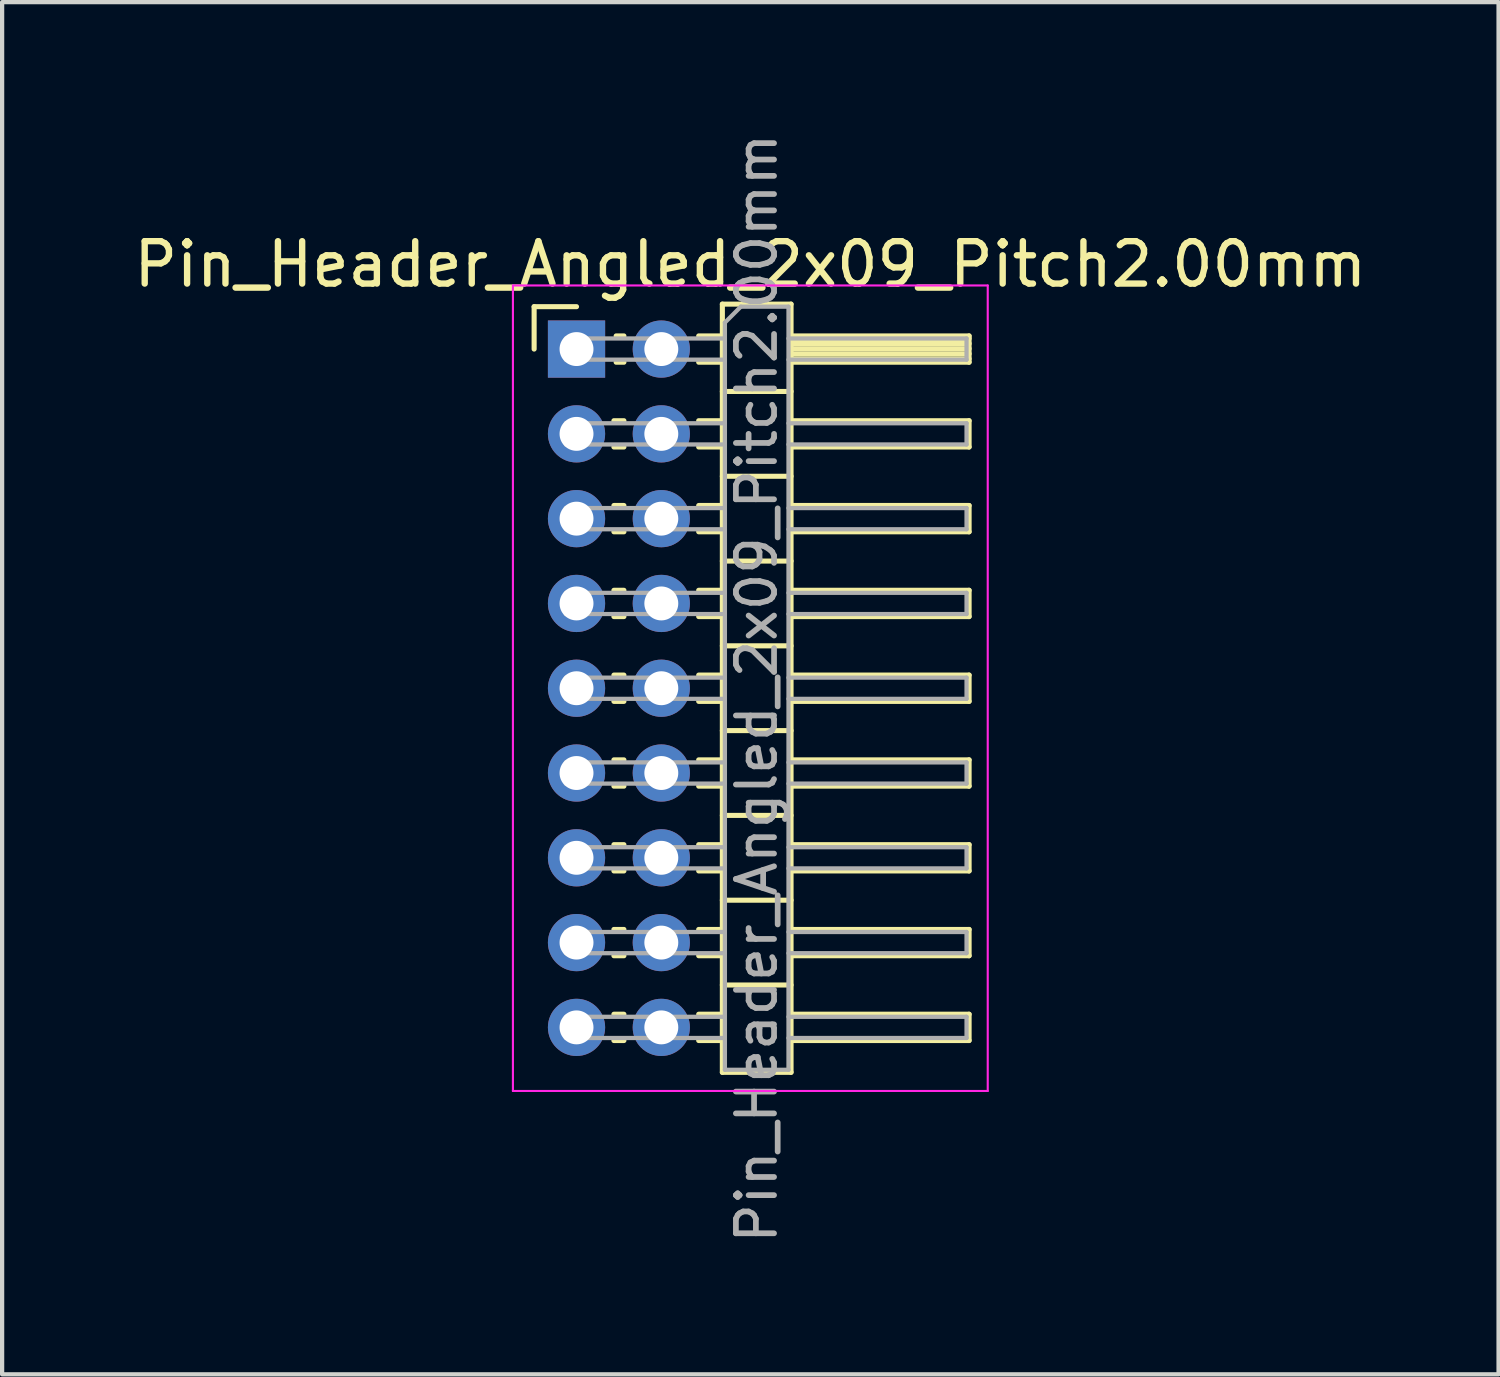
<source format=kicad_pcb>
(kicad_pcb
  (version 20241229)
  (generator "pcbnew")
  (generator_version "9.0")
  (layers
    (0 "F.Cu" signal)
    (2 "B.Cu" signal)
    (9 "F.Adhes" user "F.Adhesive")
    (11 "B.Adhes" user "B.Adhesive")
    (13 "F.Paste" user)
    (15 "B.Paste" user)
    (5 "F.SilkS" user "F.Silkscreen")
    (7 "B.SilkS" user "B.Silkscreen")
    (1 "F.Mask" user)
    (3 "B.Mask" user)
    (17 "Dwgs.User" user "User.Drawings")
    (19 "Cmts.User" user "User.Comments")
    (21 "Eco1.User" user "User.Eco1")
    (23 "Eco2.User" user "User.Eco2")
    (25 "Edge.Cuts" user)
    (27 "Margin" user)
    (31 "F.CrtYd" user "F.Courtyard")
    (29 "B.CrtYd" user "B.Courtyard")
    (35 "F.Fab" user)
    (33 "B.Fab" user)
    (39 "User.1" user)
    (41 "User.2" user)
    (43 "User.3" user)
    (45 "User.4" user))
  (footprint "Pin_Header_Angled_2x09_Pitch2.00mm"
    (layer "F.Cu")
    (at 10.549 5.184)
    (property "Reference" "Pin_Header_Angled_2x09_Pitch2.00mm" (at 4.1 -2 0) (layer "F.SilkS") (effects (font (size 1 1) (thickness 0.15))))
    (attr through_hole)
    (fp_line (start -1 -1) (end 0 -1) (stroke (width 0.12) (type solid)) (layer "F.SilkS"))
    (fp_line (start -1 0) (end -1 -1) (stroke (width 0.12) (type solid)) (layer "F.SilkS"))
    (fp_line (start 0.882 1.69) (end 1.118 1.69) (stroke (width 0.12) (type solid)) (layer "F.SilkS"))
    (fp_line (start 0.882 2.31) (end 1.118 2.31) (stroke (width 0.12) (type solid)) (layer "F.SilkS"))
    (fp_line (start 0.882 3.69) (end 1.118 3.69) (stroke (width 0.12) (type solid)) (layer "F.SilkS"))
    (fp_line (start 0.882 4.31) (end 1.118 4.31) (stroke (width 0.12) (type solid)) (layer "F.SilkS"))
    (fp_line (start 0.882 5.69) (end 1.118 5.69) (stroke (width 0.12) (type solid)) (layer "F.SilkS"))
    (fp_line (start 0.882 6.31) (end 1.118 6.31) (stroke (width 0.12) (type solid)) (layer "F.SilkS"))
    (fp_line (start 0.882 7.69) (end 1.118 7.69) (stroke (width 0.12) (type solid)) (layer "F.SilkS"))
    (fp_line (start 0.882 8.31) (end 1.118 8.31) (stroke (width 0.12) (type solid)) (layer "F.SilkS"))
    (fp_line (start 0.882 9.69) (end 1.118 9.69) (stroke (width 0.12) (type solid)) (layer "F.SilkS"))
    (fp_line (start 0.882 10.31) (end 1.118 10.31) (stroke (width 0.12) (type solid)) (layer "F.SilkS"))
    (fp_line (start 0.882 11.69) (end 1.118 11.69) (stroke (width 0.12) (type solid)) (layer "F.SilkS"))
    (fp_line (start 0.882 12.31) (end 1.118 12.31) (stroke (width 0.12) (type solid)) (layer "F.SilkS"))
    (fp_line (start 0.882 13.69) (end 1.118 13.69) (stroke (width 0.12) (type solid)) (layer "F.SilkS"))
    (fp_line (start 0.882 14.31) (end 1.118 14.31) (stroke (width 0.12) (type solid)) (layer "F.SilkS"))
    (fp_line (start 0.882 15.69) (end 1.118 15.69) (stroke (width 0.12) (type solid)) (layer "F.SilkS"))
    (fp_line (start 0.882 16.31) (end 1.118 16.31) (stroke (width 0.12) (type solid)) (layer "F.SilkS"))
    (fp_line (start 0.935 -0.31) (end 1.118 -0.31) (stroke (width 0.12) (type solid)) (layer "F.SilkS"))
    (fp_line (start 0.935 0.31) (end 1.118 0.31) (stroke (width 0.12) (type solid)) (layer "F.SilkS"))
    (fp_line (start 2.882 -0.31) (end 3.44 -0.31) (stroke (width 0.12) (type solid)) (layer "F.SilkS"))
    (fp_line (start 2.882 0.31) (end 3.44 0.31) (stroke (width 0.12) (type solid)) (layer "F.SilkS"))
    (fp_line (start 2.882 1.69) (end 3.44 1.69) (stroke (width 0.12) (type solid)) (layer "F.SilkS"))
    (fp_line (start 2.882 2.31) (end 3.44 2.31) (stroke (width 0.12) (type solid)) (layer "F.SilkS"))
    (fp_line (start 2.882 3.69) (end 3.44 3.69) (stroke (width 0.12) (type solid)) (layer "F.SilkS"))
    (fp_line (start 2.882 4.31) (end 3.44 4.31) (stroke (width 0.12) (type solid)) (layer "F.SilkS"))
    (fp_line (start 2.882 5.69) (end 3.44 5.69) (stroke (width 0.12) (type solid)) (layer "F.SilkS"))
    (fp_line (start 2.882 6.31) (end 3.44 6.31) (stroke (width 0.12) (type solid)) (layer "F.SilkS"))
    (fp_line (start 2.882 7.69) (end 3.44 7.69) (stroke (width 0.12) (type solid)) (layer "F.SilkS"))
    (fp_line (start 2.882 8.31) (end 3.44 8.31) (stroke (width 0.12) (type solid)) (layer "F.SilkS"))
    (fp_line (start 2.882 9.69) (end 3.44 9.69) (stroke (width 0.12) (type solid)) (layer "F.SilkS"))
    (fp_line (start 2.882 10.31) (end 3.44 10.31) (stroke (width 0.12) (type solid)) (layer "F.SilkS"))
    (fp_line (start 2.882 11.69) (end 3.44 11.69) (stroke (width 0.12) (type solid)) (layer "F.SilkS"))
    (fp_line (start 2.882 12.31) (end 3.44 12.31) (stroke (width 0.12) (type solid)) (layer "F.SilkS"))
    (fp_line (start 2.882 13.69) (end 3.44 13.69) (stroke (width 0.12) (type solid)) (layer "F.SilkS"))
    (fp_line (start 2.882 14.31) (end 3.44 14.31) (stroke (width 0.12) (type solid)) (layer "F.SilkS"))
    (fp_line (start 2.882 15.69) (end 3.44 15.69) (stroke (width 0.12) (type solid)) (layer "F.SilkS"))
    (fp_line (start 2.882 16.31) (end 3.44 16.31) (stroke (width 0.12) (type solid)) (layer "F.SilkS"))
    (fp_line (start 3.44 -1.06) (end 3.44 17.06) (stroke (width 0.12) (type solid)) (layer "F.SilkS"))
    (fp_line (start 3.44 1) (end 5.06 1) (stroke (width 0.12) (type solid)) (layer "F.SilkS"))
    (fp_line (start 3.44 3) (end 5.06 3) (stroke (width 0.12) (type solid)) (layer "F.SilkS"))
    (fp_line (start 3.44 5) (end 5.06 5) (stroke (width 0.12) (type solid)) (layer "F.SilkS"))
    (fp_line (start 3.44 7) (end 5.06 7) (stroke (width 0.12) (type solid)) (layer "F.SilkS"))
    (fp_line (start 3.44 9) (end 5.06 9) (stroke (width 0.12) (type solid)) (layer "F.SilkS"))
    (fp_line (start 3.44 11) (end 5.06 11) (stroke (width 0.12) (type solid)) (layer "F.SilkS"))
    (fp_line (start 3.44 13) (end 5.06 13) (stroke (width 0.12) (type solid)) (layer "F.SilkS"))
    (fp_line (start 3.44 15) (end 5.06 15) (stroke (width 0.12) (type solid)) (layer "F.SilkS"))
    (fp_line (start 3.44 17.06) (end 5.06 17.06) (stroke (width 0.12) (type solid)) (layer "F.SilkS"))
    (fp_line (start 5.06 -1.06) (end 3.44 -1.06) (stroke (width 0.12) (type solid)) (layer "F.SilkS"))
    (fp_line (start 5.06 -0.31) (end 9.26 -0.31) (stroke (width 0.12) (type solid)) (layer "F.SilkS"))
    (fp_line (start 5.06 -0.25) (end 9.26 -0.25) (stroke (width 0.12) (type solid)) (layer "F.SilkS"))
    (fp_line (start 5.06 -0.13) (end 9.26 -0.13) (stroke (width 0.12) (type solid)) (layer "F.SilkS"))
    (fp_line (start 5.06 -0.01) (end 9.26 -0.01) (stroke (width 0.12) (type solid)) (layer "F.SilkS"))
    (fp_line (start 5.06 0.11) (end 9.26 0.11) (stroke (width 0.12) (type solid)) (layer "F.SilkS"))
    (fp_line (start 5.06 0.23) (end 9.26 0.23) (stroke (width 0.12) (type solid)) (layer "F.SilkS"))
    (fp_line (start 5.06 1.69) (end 9.26 1.69) (stroke (width 0.12) (type solid)) (layer "F.SilkS"))
    (fp_line (start 5.06 3.69) (end 9.26 3.69) (stroke (width 0.12) (type solid)) (layer "F.SilkS"))
    (fp_line (start 5.06 5.69) (end 9.26 5.69) (stroke (width 0.12) (type solid)) (layer "F.SilkS"))
    (fp_line (start 5.06 7.69) (end 9.26 7.69) (stroke (width 0.12) (type solid)) (layer "F.SilkS"))
    (fp_line (start 5.06 9.69) (end 9.26 9.69) (stroke (width 0.12) (type solid)) (layer "F.SilkS"))
    (fp_line (start 5.06 11.69) (end 9.26 11.69) (stroke (width 0.12) (type solid)) (layer "F.SilkS"))
    (fp_line (start 5.06 13.69) (end 9.26 13.69) (stroke (width 0.12) (type solid)) (layer "F.SilkS"))
    (fp_line (start 5.06 15.69) (end 9.26 15.69) (stroke (width 0.12) (type solid)) (layer "F.SilkS"))
    (fp_line (start 5.06 17.06) (end 5.06 -1.06) (stroke (width 0.12) (type solid)) (layer "F.SilkS"))
    (fp_line (start 9.26 -0.31) (end 9.26 0.31) (stroke (width 0.12) (type solid)) (layer "F.SilkS"))
    (fp_line (start 9.26 0.31) (end 5.06 0.31) (stroke (width 0.12) (type solid)) (layer "F.SilkS"))
    (fp_line (start 9.26 1.69) (end 9.26 2.31) (stroke (width 0.12) (type solid)) (layer "F.SilkS"))
    (fp_line (start 9.26 2.31) (end 5.06 2.31) (stroke (width 0.12) (type solid)) (layer "F.SilkS"))
    (fp_line (start 9.26 3.69) (end 9.26 4.31) (stroke (width 0.12) (type solid)) (layer "F.SilkS"))
    (fp_line (start 9.26 4.31) (end 5.06 4.31) (stroke (width 0.12) (type solid)) (layer "F.SilkS"))
    (fp_line (start 9.26 5.69) (end 9.26 6.31) (stroke (width 0.12) (type solid)) (layer "F.SilkS"))
    (fp_line (start 9.26 6.31) (end 5.06 6.31) (stroke (width 0.12) (type solid)) (layer "F.SilkS"))
    (fp_line (start 9.26 7.69) (end 9.26 8.31) (stroke (width 0.12) (type solid)) (layer "F.SilkS"))
    (fp_line (start 9.26 8.31) (end 5.06 8.31) (stroke (width 0.12) (type solid)) (layer "F.SilkS"))
    (fp_line (start 9.26 9.69) (end 9.26 10.31) (stroke (width 0.12) (type solid)) (layer "F.SilkS"))
    (fp_line (start 9.26 10.31) (end 5.06 10.31) (stroke (width 0.12) (type solid)) (layer "F.SilkS"))
    (fp_line (start 9.26 11.69) (end 9.26 12.31) (stroke (width 0.12) (type solid)) (layer "F.SilkS"))
    (fp_line (start 9.26 12.31) (end 5.06 12.31) (stroke (width 0.12) (type solid)) (layer "F.SilkS"))
    (fp_line (start 9.26 13.69) (end 9.26 14.31) (stroke (width 0.12) (type solid)) (layer "F.SilkS"))
    (fp_line (start 9.26 14.31) (end 5.06 14.31) (stroke (width 0.12) (type solid)) (layer "F.SilkS"))
    (fp_line (start 9.26 15.69) (end 9.26 16.31) (stroke (width 0.12) (type solid)) (layer "F.SilkS"))
    (fp_line (start 9.26 16.31) (end 5.06 16.31) (stroke (width 0.12) (type solid)) (layer "F.SilkS"))
    (fp_line (start -1.5 -1.5) (end -1.5 17.5) (stroke (width 0.05) (type solid)) (layer "F.CrtYd"))
    (fp_line (start -1.5 17.5) (end 9.7 17.5) (stroke (width 0.05) (type solid)) (layer "F.CrtYd"))
    (fp_line (start 9.7 -1.5) (end -1.5 -1.5) (stroke (width 0.05) (type solid)) (layer "F.CrtYd"))
    (fp_line (start 9.7 17.5) (end 9.7 -1.5) (stroke (width 0.05) (type solid)) (layer "F.CrtYd"))
    (fp_line (start -0.25 -0.25) (end -0.25 0.25) (stroke (width 0.1) (type solid)) (layer "F.Fab"))
    (fp_line (start -0.25 -0.25) (end 3.5 -0.25) (stroke (width 0.1) (type solid)) (layer "F.Fab"))
    (fp_line (start -0.25 0.25) (end 3.5 0.25) (stroke (width 0.1) (type solid)) (layer "F.Fab"))
    (fp_line (start -0.25 1.75) (end -0.25 2.25) (stroke (width 0.1) (type solid)) (layer "F.Fab"))
    (fp_line (start -0.25 1.75) (end 3.5 1.75) (stroke (width 0.1) (type solid)) (layer "F.Fab"))
    (fp_line (start -0.25 2.25) (end 3.5 2.25) (stroke (width 0.1) (type solid)) (layer "F.Fab"))
    (fp_line (start -0.25 3.75) (end -0.25 4.25) (stroke (width 0.1) (type solid)) (layer "F.Fab"))
    (fp_line (start -0.25 3.75) (end 3.5 3.75) (stroke (width 0.1) (type solid)) (layer "F.Fab"))
    (fp_line (start -0.25 4.25) (end 3.5 4.25) (stroke (width 0.1) (type solid)) (layer "F.Fab"))
    (fp_line (start -0.25 5.75) (end -0.25 6.25) (stroke (width 0.1) (type solid)) (layer "F.Fab"))
    (fp_line (start -0.25 5.75) (end 3.5 5.75) (stroke (width 0.1) (type solid)) (layer "F.Fab"))
    (fp_line (start -0.25 6.25) (end 3.5 6.25) (stroke (width 0.1) (type solid)) (layer "F.Fab"))
    (fp_line (start -0.25 7.75) (end -0.25 8.25) (stroke (width 0.1) (type solid)) (layer "F.Fab"))
    (fp_line (start -0.25 7.75) (end 3.5 7.75) (stroke (width 0.1) (type solid)) (layer "F.Fab"))
    (fp_line (start -0.25 8.25) (end 3.5 8.25) (stroke (width 0.1) (type solid)) (layer "F.Fab"))
    (fp_line (start -0.25 9.75) (end -0.25 10.25) (stroke (width 0.1) (type solid)) (layer "F.Fab"))
    (fp_line (start -0.25 9.75) (end 3.5 9.75) (stroke (width 0.1) (type solid)) (layer "F.Fab"))
    (fp_line (start -0.25 10.25) (end 3.5 10.25) (stroke (width 0.1) (type solid)) (layer "F.Fab"))
    (fp_line (start -0.25 11.75) (end -0.25 12.25) (stroke (width 0.1) (type solid)) (layer "F.Fab"))
    (fp_line (start -0.25 11.75) (end 3.5 11.75) (stroke (width 0.1) (type solid)) (layer "F.Fab"))
    (fp_line (start -0.25 12.25) (end 3.5 12.25) (stroke (width 0.1) (type solid)) (layer "F.Fab"))
    (fp_line (start -0.25 13.75) (end -0.25 14.25) (stroke (width 0.1) (type solid)) (layer "F.Fab"))
    (fp_line (start -0.25 13.75) (end 3.5 13.75) (stroke (width 0.1) (type solid)) (layer "F.Fab"))
    (fp_line (start -0.25 14.25) (end 3.5 14.25) (stroke (width 0.1) (type solid)) (layer "F.Fab"))
    (fp_line (start -0.25 15.75) (end -0.25 16.25) (stroke (width 0.1) (type solid)) (layer "F.Fab"))
    (fp_line (start -0.25 15.75) (end 3.5 15.75) (stroke (width 0.1) (type solid)) (layer "F.Fab"))
    (fp_line (start -0.25 16.25) (end 3.5 16.25) (stroke (width 0.1) (type solid)) (layer "F.Fab"))
    (fp_line (start 3.5 -0.625) (end 3.875 -1) (stroke (width 0.1) (type solid)) (layer "F.Fab"))
    (fp_line (start 3.5 17) (end 3.5 -0.625) (stroke (width 0.1) (type solid)) (layer "F.Fab"))
    (fp_line (start 3.875 -1) (end 5 -1) (stroke (width 0.1) (type solid)) (layer "F.Fab"))
    (fp_line (start 5 -1) (end 5 17) (stroke (width 0.1) (type solid)) (layer "F.Fab"))
    (fp_line (start 5 -0.25) (end 9.2 -0.25) (stroke (width 0.1) (type solid)) (layer "F.Fab"))
    (fp_line (start 5 0.25) (end 9.2 0.25) (stroke (width 0.1) (type solid)) (layer "F.Fab"))
    (fp_line (start 5 1.75) (end 9.2 1.75) (stroke (width 0.1) (type solid)) (layer "F.Fab"))
    (fp_line (start 5 2.25) (end 9.2 2.25) (stroke (width 0.1) (type solid)) (layer "F.Fab"))
    (fp_line (start 5 3.75) (end 9.2 3.75) (stroke (width 0.1) (type solid)) (layer "F.Fab"))
    (fp_line (start 5 4.25) (end 9.2 4.25) (stroke (width 0.1) (type solid)) (layer "F.Fab"))
    (fp_line (start 5 5.75) (end 9.2 5.75) (stroke (width 0.1) (type solid)) (layer "F.Fab"))
    (fp_line (start 5 6.25) (end 9.2 6.25) (stroke (width 0.1) (type solid)) (layer "F.Fab"))
    (fp_line (start 5 7.75) (end 9.2 7.75) (stroke (width 0.1) (type solid)) (layer "F.Fab"))
    (fp_line (start 5 8.25) (end 9.2 8.25) (stroke (width 0.1) (type solid)) (layer "F.Fab"))
    (fp_line (start 5 9.75) (end 9.2 9.75) (stroke (width 0.1) (type solid)) (layer "F.Fab"))
    (fp_line (start 5 10.25) (end 9.2 10.25) (stroke (width 0.1) (type solid)) (layer "F.Fab"))
    (fp_line (start 5 11.75) (end 9.2 11.75) (stroke (width 0.1) (type solid)) (layer "F.Fab"))
    (fp_line (start 5 12.25) (end 9.2 12.25) (stroke (width 0.1) (type solid)) (layer "F.Fab"))
    (fp_line (start 5 13.75) (end 9.2 13.75) (stroke (width 0.1) (type solid)) (layer "F.Fab"))
    (fp_line (start 5 14.25) (end 9.2 14.25) (stroke (width 0.1) (type solid)) (layer "F.Fab"))
    (fp_line (start 5 15.75) (end 9.2 15.75) (stroke (width 0.1) (type solid)) (layer "F.Fab"))
    (fp_line (start 5 16.25) (end 9.2 16.25) (stroke (width 0.1) (type solid)) (layer "F.Fab"))
    (fp_line (start 5 17) (end 3.5 17) (stroke (width 0.1) (type solid)) (layer "F.Fab"))
    (fp_line (start 9.2 -0.25) (end 9.2 0.25) (stroke (width 0.1) (type solid)) (layer "F.Fab"))
    (fp_line (start 9.2 1.75) (end 9.2 2.25) (stroke (width 0.1) (type solid)) (layer "F.Fab"))
    (fp_line (start 9.2 3.75) (end 9.2 4.25) (stroke (width 0.1) (type solid)) (layer "F.Fab"))
    (fp_line (start 9.2 5.75) (end 9.2 6.25) (stroke (width 0.1) (type solid)) (layer "F.Fab"))
    (fp_line (start 9.2 7.75) (end 9.2 8.25) (stroke (width 0.1) (type solid)) (layer "F.Fab"))
    (fp_line (start 9.2 9.75) (end 9.2 10.25) (stroke (width 0.1) (type solid)) (layer "F.Fab"))
    (fp_line (start 9.2 11.75) (end 9.2 12.25) (stroke (width 0.1) (type solid)) (layer "F.Fab"))
    (fp_line (start 9.2 13.75) (end 9.2 14.25) (stroke (width 0.1) (type solid)) (layer "F.Fab"))
    (fp_line (start 9.2 15.75) (end 9.2 16.25) (stroke (width 0.1) (type solid)) (layer "F.Fab"))
    (fp_text user "${REFERENCE}" (at 4.25 8 90) (layer "F.Fab") (effects (font (size 0.9 0.9) (thickness 0.135))))
    (pad "1" thru_hole rect (at 0 0) (size 1.35 1.35) (drill 0.8) (layers "*.Cu" "*.Mask"))
    (pad "2" thru_hole oval (at 2 0) (size 1.35 1.35) (drill 0.8) (layers "*.Cu" "*.Mask"))
    (pad "3" thru_hole oval (at 0 2) (size 1.35 1.35) (drill 0.8) (layers "*.Cu" "*.Mask"))
    (pad "4" thru_hole oval (at 2 2) (size 1.35 1.35) (drill 0.8) (layers "*.Cu" "*.Mask"))
    (pad "5" thru_hole oval (at 0 4) (size 1.35 1.35) (drill 0.8) (layers "*.Cu" "*.Mask"))
    (pad "6" thru_hole oval (at 2 4) (size 1.35 1.35) (drill 0.8) (layers "*.Cu" "*.Mask"))
    (pad "7" thru_hole oval (at 0 6) (size 1.35 1.35) (drill 0.8) (layers "*.Cu" "*.Mask"))
    (pad "8" thru_hole oval (at 2 6) (size 1.35 1.35) (drill 0.8) (layers "*.Cu" "*.Mask"))
    (pad "9" thru_hole oval (at 0 8) (size 1.35 1.35) (drill 0.8) (layers "*.Cu" "*.Mask"))
    (pad "10" thru_hole oval (at 2 8) (size 1.35 1.35) (drill 0.8) (layers "*.Cu" "*.Mask"))
    (pad "11" thru_hole oval (at 0 10) (size 1.35 1.35) (drill 0.8) (layers "*.Cu" "*.Mask"))
    (pad "12" thru_hole oval (at 2 10) (size 1.35 1.35) (drill 0.8) (layers "*.Cu" "*.Mask"))
    (pad "13" thru_hole oval (at 0 12) (size 1.35 1.35) (drill 0.8) (layers "*.Cu" "*.Mask"))
    (pad "14" thru_hole oval (at 2 12) (size 1.35 1.35) (drill 0.8) (layers "*.Cu" "*.Mask"))
    (pad "15" thru_hole oval (at 0 14) (size 1.35 1.35) (drill 0.8) (layers "*.Cu" "*.Mask"))
    (pad "16" thru_hole oval (at 2 14) (size 1.35 1.35) (drill 0.8) (layers "*.Cu" "*.Mask"))
    (pad "17" thru_hole oval (at 0 16) (size 1.35 1.35) (drill 0.8) (layers "*.Cu" "*.Mask"))
    (pad "18" thru_hole oval (at 2 16) (size 1.35 1.35) (drill 0.8) (layers "*.Cu" "*.Mask")))
  (gr_rect
    (start -3 -3)
    (end 32.298 29.368)
    (stroke (width 0.1) (type default))
    (fill no)
    (layer "Edge.Cuts")))
</source>
